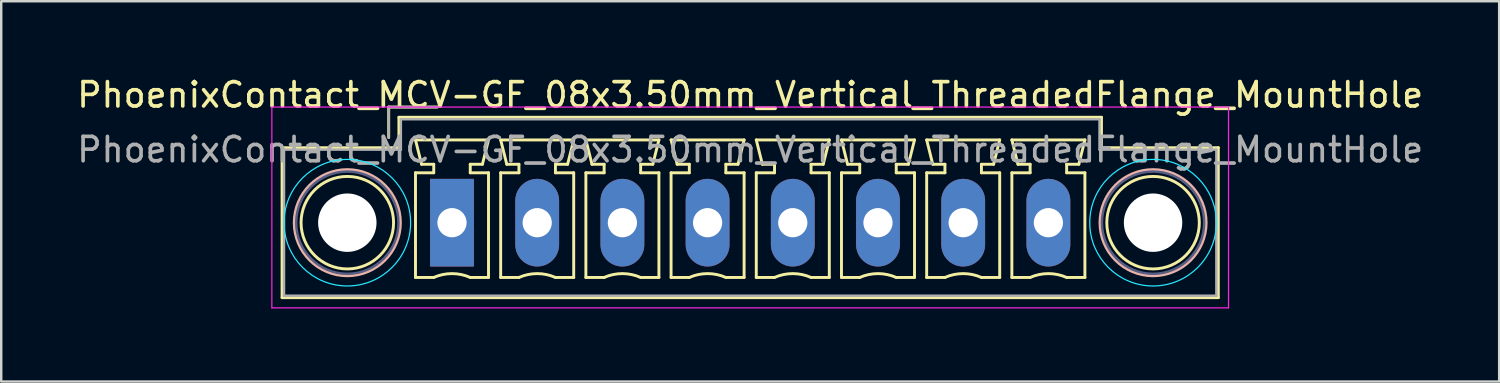
<source format=kicad_pcb>
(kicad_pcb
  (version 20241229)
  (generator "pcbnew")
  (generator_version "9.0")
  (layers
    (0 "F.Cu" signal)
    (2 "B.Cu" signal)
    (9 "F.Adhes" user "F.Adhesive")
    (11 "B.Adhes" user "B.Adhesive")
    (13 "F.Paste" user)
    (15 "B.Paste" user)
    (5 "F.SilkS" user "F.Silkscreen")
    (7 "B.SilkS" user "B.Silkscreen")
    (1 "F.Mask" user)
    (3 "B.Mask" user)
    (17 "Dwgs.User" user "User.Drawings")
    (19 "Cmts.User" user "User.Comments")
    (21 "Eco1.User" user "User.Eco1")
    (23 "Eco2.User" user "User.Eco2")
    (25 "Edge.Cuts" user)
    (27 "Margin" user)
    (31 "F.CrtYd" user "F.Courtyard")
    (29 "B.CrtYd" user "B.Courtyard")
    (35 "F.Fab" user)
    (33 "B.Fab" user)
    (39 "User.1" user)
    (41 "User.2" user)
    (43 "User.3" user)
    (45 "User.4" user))
  (footprint "PhoenixContact_MCV-GF_08x3.50mm_Vertical_ThreadedFlange_MountHole"
    (layer "F.Cu")
    (at 15.518 6.098)
    (property "Reference" "PhoenixContact_MCV-GF_08x3.50mm_Vertical_ThreadedFlange_MountHole" (at 12.25 -5.25 0) (layer "F.SilkS") (effects (font (size 1 1) (thickness 0.15))))
    (attr through_hole)
    (fp_line (start -6.98 -3.08) (end -6.98 3.08) (stroke (width 0.12) (type solid)) (layer "F.SilkS"))
    (fp_line (start -6.98 3.08) (end 31.48 3.08) (stroke (width 0.12) (type solid)) (layer "F.SilkS"))
    (fp_line (start -2.6 -4.75) (end -0.6 -4.75) (stroke (width 0.12) (type solid)) (layer "F.SilkS"))
    (fp_line (start -2.6 -3.5) (end -2.6 -4.75) (stroke (width 0.12) (type solid)) (layer "F.SilkS"))
    (fp_line (start -2.18 -4.33) (end -2.18 -3.08) (stroke (width 0.12) (type solid)) (layer "F.SilkS"))
    (fp_line (start -2.18 -3.08) (end -6.98 -3.08) (stroke (width 0.12) (type solid)) (layer "F.SilkS"))
    (fp_line (start -1.5 -3.4) (end 1.5 -3.4) (stroke (width 0.12) (type solid)) (layer "F.SilkS"))
    (fp_line (start -1.5 -2.05) (end -0.75 -2.05) (stroke (width 0.12) (type solid)) (layer "F.SilkS"))
    (fp_line (start -1.5 2.25) (end -1.5 -2.05) (stroke (width 0.12) (type solid)) (layer "F.SilkS"))
    (fp_line (start -1.25 -2.4) (end -1.5 -3.4) (stroke (width 0.12) (type solid)) (layer "F.SilkS"))
    (fp_line (start -0.75 -2.4) (end -1.25 -2.4) (stroke (width 0.12) (type solid)) (layer "F.SilkS"))
    (fp_line (start -0.75 -2.05) (end -0.75 -2.4) (stroke (width 0.12) (type solid)) (layer "F.SilkS"))
    (fp_line (start -0.75 2.25) (end -1.5 2.25) (stroke (width 0.12) (type solid)) (layer "F.SilkS"))
    (fp_line (start 0.75 -2.4) (end 0.75 -2.05) (stroke (width 0.12) (type solid)) (layer "F.SilkS"))
    (fp_line (start 0.75 -2.05) (end 1.5 -2.05) (stroke (width 0.12) (type solid)) (layer "F.SilkS"))
    (fp_line (start 1.25 -2.4) (end 0.75 -2.4) (stroke (width 0.12) (type solid)) (layer "F.SilkS"))
    (fp_line (start 1.5 -3.4) (end 1.25 -2.4) (stroke (width 0.12) (type solid)) (layer "F.SilkS"))
    (fp_line (start 1.5 -2.05) (end 1.5 2.25) (stroke (width 0.12) (type solid)) (layer "F.SilkS"))
    (fp_line (start 1.5 2.25) (end 0.75 2.25) (stroke (width 0.12) (type solid)) (layer "F.SilkS"))
    (fp_line (start 2 -3.4) (end 5 -3.4) (stroke (width 0.12) (type solid)) (layer "F.SilkS"))
    (fp_line (start 2 -2.05) (end 2.75 -2.05) (stroke (width 0.12) (type solid)) (layer "F.SilkS"))
    (fp_line (start 2 2.25) (end 2 -2.05) (stroke (width 0.12) (type solid)) (layer "F.SilkS"))
    (fp_line (start 2.25 -2.4) (end 2 -3.4) (stroke (width 0.12) (type solid)) (layer "F.SilkS"))
    (fp_line (start 2.75 -2.4) (end 2.25 -2.4) (stroke (width 0.12) (type solid)) (layer "F.SilkS"))
    (fp_line (start 2.75 -2.05) (end 2.75 -2.4) (stroke (width 0.12) (type solid)) (layer "F.SilkS"))
    (fp_line (start 2.75 2.25) (end 2 2.25) (stroke (width 0.12) (type solid)) (layer "F.SilkS"))
    (fp_line (start 4.25 -2.4) (end 4.25 -2.05) (stroke (width 0.12) (type solid)) (layer "F.SilkS"))
    (fp_line (start 4.25 -2.05) (end 5 -2.05) (stroke (width 0.12) (type solid)) (layer "F.SilkS"))
    (fp_line (start 4.75 -2.4) (end 4.25 -2.4) (stroke (width 0.12) (type solid)) (layer "F.SilkS"))
    (fp_line (start 5 -3.4) (end 4.75 -2.4) (stroke (width 0.12) (type solid)) (layer "F.SilkS"))
    (fp_line (start 5 -2.05) (end 5 2.25) (stroke (width 0.12) (type solid)) (layer "F.SilkS"))
    (fp_line (start 5 2.25) (end 4.25 2.25) (stroke (width 0.12) (type solid)) (layer "F.SilkS"))
    (fp_line (start 5.5 -3.4) (end 8.5 -3.4) (stroke (width 0.12) (type solid)) (layer "F.SilkS"))
    (fp_line (start 5.5 -2.05) (end 6.25 -2.05) (stroke (width 0.12) (type solid)) (layer "F.SilkS"))
    (fp_line (start 5.5 2.25) (end 5.5 -2.05) (stroke (width 0.12) (type solid)) (layer "F.SilkS"))
    (fp_line (start 5.75 -2.4) (end 5.5 -3.4) (stroke (width 0.12) (type solid)) (layer "F.SilkS"))
    (fp_line (start 6.25 -2.4) (end 5.75 -2.4) (stroke (width 0.12) (type solid)) (layer "F.SilkS"))
    (fp_line (start 6.25 -2.05) (end 6.25 -2.4) (stroke (width 0.12) (type solid)) (layer "F.SilkS"))
    (fp_line (start 6.25 2.25) (end 5.5 2.25) (stroke (width 0.12) (type solid)) (layer "F.SilkS"))
    (fp_line (start 7.75 -2.4) (end 7.75 -2.05) (stroke (width 0.12) (type solid)) (layer "F.SilkS"))
    (fp_line (start 7.75 -2.05) (end 8.5 -2.05) (stroke (width 0.12) (type solid)) (layer "F.SilkS"))
    (fp_line (start 8.25 -2.4) (end 7.75 -2.4) (stroke (width 0.12) (type solid)) (layer "F.SilkS"))
    (fp_line (start 8.5 -3.4) (end 8.25 -2.4) (stroke (width 0.12) (type solid)) (layer "F.SilkS"))
    (fp_line (start 8.5 -2.05) (end 8.5 2.25) (stroke (width 0.12) (type solid)) (layer "F.SilkS"))
    (fp_line (start 8.5 2.25) (end 7.75 2.25) (stroke (width 0.12) (type solid)) (layer "F.SilkS"))
    (fp_line (start 9 -3.4) (end 12 -3.4) (stroke (width 0.12) (type solid)) (layer "F.SilkS"))
    (fp_line (start 9 -2.05) (end 9.75 -2.05) (stroke (width 0.12) (type solid)) (layer "F.SilkS"))
    (fp_line (start 9 2.25) (end 9 -2.05) (stroke (width 0.12) (type solid)) (layer "F.SilkS"))
    (fp_line (start 9.25 -2.4) (end 9 -3.4) (stroke (width 0.12) (type solid)) (layer "F.SilkS"))
    (fp_line (start 9.75 -2.4) (end 9.25 -2.4) (stroke (width 0.12) (type solid)) (layer "F.SilkS"))
    (fp_line (start 9.75 -2.05) (end 9.75 -2.4) (stroke (width 0.12) (type solid)) (layer "F.SilkS"))
    (fp_line (start 9.75 2.25) (end 9 2.25) (stroke (width 0.12) (type solid)) (layer "F.SilkS"))
    (fp_line (start 11.25 -2.4) (end 11.25 -2.05) (stroke (width 0.12) (type solid)) (layer "F.SilkS"))
    (fp_line (start 11.25 -2.05) (end 12 -2.05) (stroke (width 0.12) (type solid)) (layer "F.SilkS"))
    (fp_line (start 11.75 -2.4) (end 11.25 -2.4) (stroke (width 0.12) (type solid)) (layer "F.SilkS"))
    (fp_line (start 12 -3.4) (end 11.75 -2.4) (stroke (width 0.12) (type solid)) (layer "F.SilkS"))
    (fp_line (start 12 -2.05) (end 12 2.25) (stroke (width 0.12) (type solid)) (layer "F.SilkS"))
    (fp_line (start 12 2.25) (end 11.25 2.25) (stroke (width 0.12) (type solid)) (layer "F.SilkS"))
    (fp_line (start 12.5 -3.4) (end 15.5 -3.4) (stroke (width 0.12) (type solid)) (layer "F.SilkS"))
    (fp_line (start 12.5 -2.05) (end 13.25 -2.05) (stroke (width 0.12) (type solid)) (layer "F.SilkS"))
    (fp_line (start 12.5 2.25) (end 12.5 -2.05) (stroke (width 0.12) (type solid)) (layer "F.SilkS"))
    (fp_line (start 12.75 -2.4) (end 12.5 -3.4) (stroke (width 0.12) (type solid)) (layer "F.SilkS"))
    (fp_line (start 13.25 -2.4) (end 12.75 -2.4) (stroke (width 0.12) (type solid)) (layer "F.SilkS"))
    (fp_line (start 13.25 -2.05) (end 13.25 -2.4) (stroke (width 0.12) (type solid)) (layer "F.SilkS"))
    (fp_line (start 13.25 2.25) (end 12.5 2.25) (stroke (width 0.12) (type solid)) (layer "F.SilkS"))
    (fp_line (start 14.75 -2.4) (end 14.75 -2.05) (stroke (width 0.12) (type solid)) (layer "F.SilkS"))
    (fp_line (start 14.75 -2.05) (end 15.5 -2.05) (stroke (width 0.12) (type solid)) (layer "F.SilkS"))
    (fp_line (start 15.25 -2.4) (end 14.75 -2.4) (stroke (width 0.12) (type solid)) (layer "F.SilkS"))
    (fp_line (start 15.5 -3.4) (end 15.25 -2.4) (stroke (width 0.12) (type solid)) (layer "F.SilkS"))
    (fp_line (start 15.5 -2.05) (end 15.5 2.25) (stroke (width 0.12) (type solid)) (layer "F.SilkS"))
    (fp_line (start 15.5 2.25) (end 14.75 2.25) (stroke (width 0.12) (type solid)) (layer "F.SilkS"))
    (fp_line (start 16 -3.4) (end 19 -3.4) (stroke (width 0.12) (type solid)) (layer "F.SilkS"))
    (fp_line (start 16 -2.05) (end 16.75 -2.05) (stroke (width 0.12) (type solid)) (layer "F.SilkS"))
    (fp_line (start 16 2.25) (end 16 -2.05) (stroke (width 0.12) (type solid)) (layer "F.SilkS"))
    (fp_line (start 16.25 -2.4) (end 16 -3.4) (stroke (width 0.12) (type solid)) (layer "F.SilkS"))
    (fp_line (start 16.75 -2.4) (end 16.25 -2.4) (stroke (width 0.12) (type solid)) (layer "F.SilkS"))
    (fp_line (start 16.75 -2.05) (end 16.75 -2.4) (stroke (width 0.12) (type solid)) (layer "F.SilkS"))
    (fp_line (start 16.75 2.25) (end 16 2.25) (stroke (width 0.12) (type solid)) (layer "F.SilkS"))
    (fp_line (start 18.25 -2.4) (end 18.25 -2.05) (stroke (width 0.12) (type solid)) (layer "F.SilkS"))
    (fp_line (start 18.25 -2.05) (end 19 -2.05) (stroke (width 0.12) (type solid)) (layer "F.SilkS"))
    (fp_line (start 18.75 -2.4) (end 18.25 -2.4) (stroke (width 0.12) (type solid)) (layer "F.SilkS"))
    (fp_line (start 19 -3.4) (end 18.75 -2.4) (stroke (width 0.12) (type solid)) (layer "F.SilkS"))
    (fp_line (start 19 -2.05) (end 19 2.25) (stroke (width 0.12) (type solid)) (layer "F.SilkS"))
    (fp_line (start 19 2.25) (end 18.25 2.25) (stroke (width 0.12) (type solid)) (layer "F.SilkS"))
    (fp_line (start 19.5 -3.4) (end 22.5 -3.4) (stroke (width 0.12) (type solid)) (layer "F.SilkS"))
    (fp_line (start 19.5 -2.05) (end 20.25 -2.05) (stroke (width 0.12) (type solid)) (layer "F.SilkS"))
    (fp_line (start 19.5 2.25) (end 19.5 -2.05) (stroke (width 0.12) (type solid)) (layer "F.SilkS"))
    (fp_line (start 19.75 -2.4) (end 19.5 -3.4) (stroke (width 0.12) (type solid)) (layer "F.SilkS"))
    (fp_line (start 20.25 -2.4) (end 19.75 -2.4) (stroke (width 0.12) (type solid)) (layer "F.SilkS"))
    (fp_line (start 20.25 -2.05) (end 20.25 -2.4) (stroke (width 0.12) (type solid)) (layer "F.SilkS"))
    (fp_line (start 20.25 2.25) (end 19.5 2.25) (stroke (width 0.12) (type solid)) (layer "F.SilkS"))
    (fp_line (start 21.75 -2.4) (end 21.75 -2.05) (stroke (width 0.12) (type solid)) (layer "F.SilkS"))
    (fp_line (start 21.75 -2.05) (end 22.5 -2.05) (stroke (width 0.12) (type solid)) (layer "F.SilkS"))
    (fp_line (start 22.25 -2.4) (end 21.75 -2.4) (stroke (width 0.12) (type solid)) (layer "F.SilkS"))
    (fp_line (start 22.5 -3.4) (end 22.25 -2.4) (stroke (width 0.12) (type solid)) (layer "F.SilkS"))
    (fp_line (start 22.5 -2.05) (end 22.5 2.25) (stroke (width 0.12) (type solid)) (layer "F.SilkS"))
    (fp_line (start 22.5 2.25) (end 21.75 2.25) (stroke (width 0.12) (type solid)) (layer "F.SilkS"))
    (fp_line (start 23 -3.4) (end 26 -3.4) (stroke (width 0.12) (type solid)) (layer "F.SilkS"))
    (fp_line (start 23 -2.05) (end 23.75 -2.05) (stroke (width 0.12) (type solid)) (layer "F.SilkS"))
    (fp_line (start 23 2.25) (end 23 -2.05) (stroke (width 0.12) (type solid)) (layer "F.SilkS"))
    (fp_line (start 23.25 -2.4) (end 23 -3.4) (stroke (width 0.12) (type solid)) (layer "F.SilkS"))
    (fp_line (start 23.75 -2.4) (end 23.25 -2.4) (stroke (width 0.12) (type solid)) (layer "F.SilkS"))
    (fp_line (start 23.75 -2.05) (end 23.75 -2.4) (stroke (width 0.12) (type solid)) (layer "F.SilkS"))
    (fp_line (start 23.75 2.25) (end 23 2.25) (stroke (width 0.12) (type solid)) (layer "F.SilkS"))
    (fp_line (start 25.25 -2.4) (end 25.25 -2.05) (stroke (width 0.12) (type solid)) (layer "F.SilkS"))
    (fp_line (start 25.25 -2.05) (end 26 -2.05) (stroke (width 0.12) (type solid)) (layer "F.SilkS"))
    (fp_line (start 25.75 -2.4) (end 25.25 -2.4) (stroke (width 0.12) (type solid)) (layer "F.SilkS"))
    (fp_line (start 26 -3.4) (end 25.75 -2.4) (stroke (width 0.12) (type solid)) (layer "F.SilkS"))
    (fp_line (start 26 -2.05) (end 26 2.25) (stroke (width 0.12) (type solid)) (layer "F.SilkS"))
    (fp_line (start 26 2.25) (end 25.25 2.25) (stroke (width 0.12) (type solid)) (layer "F.SilkS"))
    (fp_line (start 26.68 -4.33) (end -2.18 -4.33) (stroke (width 0.12) (type solid)) (layer "F.SilkS"))
    (fp_line (start 26.68 -3.08) (end 26.68 -4.33) (stroke (width 0.12) (type solid)) (layer "F.SilkS"))
    (fp_line (start 31.48 -3.08) (end 26.68 -3.08) (stroke (width 0.12) (type solid)) (layer "F.SilkS"))
    (fp_line (start 31.48 3.08) (end 31.48 -3.08) (stroke (width 0.12) (type solid)) (layer "F.SilkS"))
    (fp_arc (start -0.75 2.25) (mid -0.000193 2.09191) (end 0.749647 2.249844) (stroke (width 0.12) (type solid)) (layer "F.SilkS"))
    (fp_arc (start 2.75 2.25) (mid 3.499807 2.09191) (end 4.249647 2.249844) (stroke (width 0.12) (type solid)) (layer "F.SilkS"))
    (fp_arc (start 6.25 2.25) (mid 6.999807 2.09191) (end 7.749647 2.249844) (stroke (width 0.12) (type solid)) (layer "F.SilkS"))
    (fp_arc (start 9.75 2.25) (mid 10.499807 2.09191) (end 11.249647 2.249844) (stroke (width 0.12) (type solid)) (layer "F.SilkS"))
    (fp_arc (start 13.25 2.25) (mid 13.999807 2.09191) (end 14.749647 2.249844) (stroke (width 0.12) (type solid)) (layer "F.SilkS"))
    (fp_arc (start 16.75 2.25) (mid 17.499807 2.09191) (end 18.249647 2.249844) (stroke (width 0.12) (type solid)) (layer "F.SilkS"))
    (fp_arc (start 20.25 2.25) (mid 20.999807 2.09191) (end 21.749647 2.249844) (stroke (width 0.12) (type solid)) (layer "F.SilkS"))
    (fp_arc (start 23.75 2.25) (mid 24.499807 2.09191) (end 25.249647 2.249844) (stroke (width 0.12) (type solid)) (layer "F.SilkS"))
    (fp_circle (center -4.3 0) (end -2.4 0) (stroke (width 0.12) (type solid)) (fill no) (layer "F.SilkS"))
    (fp_circle (center 28.8 0) (end 30.7 0) (stroke (width 0.12) (type solid)) (fill no) (layer "F.SilkS"))
    (fp_circle (center -4.3 0) (end -2.12 0) (stroke (width 0.12) (type solid)) (fill no) (layer "B.SilkS"))
    (fp_circle (center 28.8 0) (end 30.98 0) (stroke (width 0.12) (type solid)) (fill no) (layer "B.SilkS"))
    (fp_circle (center -4.3 0) (end -1.7 0) (stroke (width 0.05) (type solid)) (fill no) (layer "B.CrtYd"))
    (fp_circle (center 28.8 0) (end 31.4 0) (stroke (width 0.05) (type solid)) (fill no) (layer "B.CrtYd"))
    (fp_line (start -7.4 -4.75) (end -7.4 3.5) (stroke (width 0.05) (type solid)) (layer "F.CrtYd"))
    (fp_line (start -7.4 3.5) (end 31.9 3.5) (stroke (width 0.05) (type solid)) (layer "F.CrtYd"))
    (fp_line (start 31.9 -4.75) (end -7.4 -4.75) (stroke (width 0.05) (type solid)) (layer "F.CrtYd"))
    (fp_line (start 31.9 3.5) (end 31.9 -4.75) (stroke (width 0.05) (type solid)) (layer "F.CrtYd"))
    (fp_circle (center -4.3 0) (end -2.2 0) (stroke (width 0.1) (type solid)) (fill no) (layer "B.Fab"))
    (fp_circle (center 28.8 0) (end 30.9 0) (stroke (width 0.1) (type solid)) (fill no) (layer "B.Fab"))
    (fp_line (start -6.9 -3) (end -6.9 3) (stroke (width 0.1) (type solid)) (layer "F.Fab"))
    (fp_line (start -6.9 3) (end 31.4 3) (stroke (width 0.1) (type solid)) (layer "F.Fab"))
    (fp_line (start -2.6 -4.75) (end -0.6 -4.75) (stroke (width 0.1) (type solid)) (layer "F.Fab"))
    (fp_line (start -2.6 -3.5) (end -2.6 -4.75) (stroke (width 0.1) (type solid)) (layer "F.Fab"))
    (fp_line (start -2.1 -4.25) (end -2.1 -3) (stroke (width 0.1) (type solid)) (layer "F.Fab"))
    (fp_line (start -2.1 -3) (end -6.9 -3) (stroke (width 0.1) (type solid)) (layer "F.Fab"))
    (fp_line (start 26.6 -4.25) (end -2.1 -4.25) (stroke (width 0.1) (type solid)) (layer "F.Fab"))
    (fp_line (start 26.6 -3) (end 26.6 -4.25) (stroke (width 0.1) (type solid)) (layer "F.Fab"))
    (fp_line (start 31.4 -3) (end 26.6 -3) (stroke (width 0.1) (type solid)) (layer "F.Fab"))
    (fp_line (start 31.4 3) (end 31.4 -3) (stroke (width 0.1) (type solid)) (layer "F.Fab"))
    (fp_text user "${REFERENCE}" (at 12.25 -3 0) (layer "F.Fab") (effects (font (size 1 1) (thickness 0.15))))
    (pad "" np_thru_hole circle (at -4.3 0) (size 2.4 2.4) (drill 2.4) (layers "*.Cu" "*.Mask"))
    (pad "" np_thru_hole circle (at 28.8 0) (size 2.4 2.4) (drill 2.4) (layers "*.Cu" "*.Mask"))
    (pad "1" thru_hole rect (at 0 0) (size 1.8 3.6) (drill 1.2) (layers "*.Cu" "*.Mask"))
    (pad "2" thru_hole oval (at 3.5 0) (size 1.8 3.6) (drill 1.2) (layers "*.Cu" "*.Mask"))
    (pad "3" thru_hole oval (at 7 0) (size 1.8 3.6) (drill 1.2) (layers "*.Cu" "*.Mask"))
    (pad "4" thru_hole oval (at 10.5 0) (size 1.8 3.6) (drill 1.2) (layers "*.Cu" "*.Mask"))
    (pad "5" thru_hole oval (at 14 0) (size 1.8 3.6) (drill 1.2) (layers "*.Cu" "*.Mask"))
    (pad "6" thru_hole oval (at 17.5 0) (size 1.8 3.6) (drill 1.2) (layers "*.Cu" "*.Mask"))
    (pad "7" thru_hole oval (at 21 0) (size 1.8 3.6) (drill 1.2) (layers "*.Cu" "*.Mask"))
    (pad "8" thru_hole oval (at 24.5 0) (size 1.8 3.6) (drill 1.2) (layers "*.Cu" "*.Mask")))
  (gr_rect
    (start -3 -3)
    (end 58.536 12.623)
    (stroke (width 0.1) (type default))
    (fill no)
    (layer "Edge.Cuts")))
</source>
